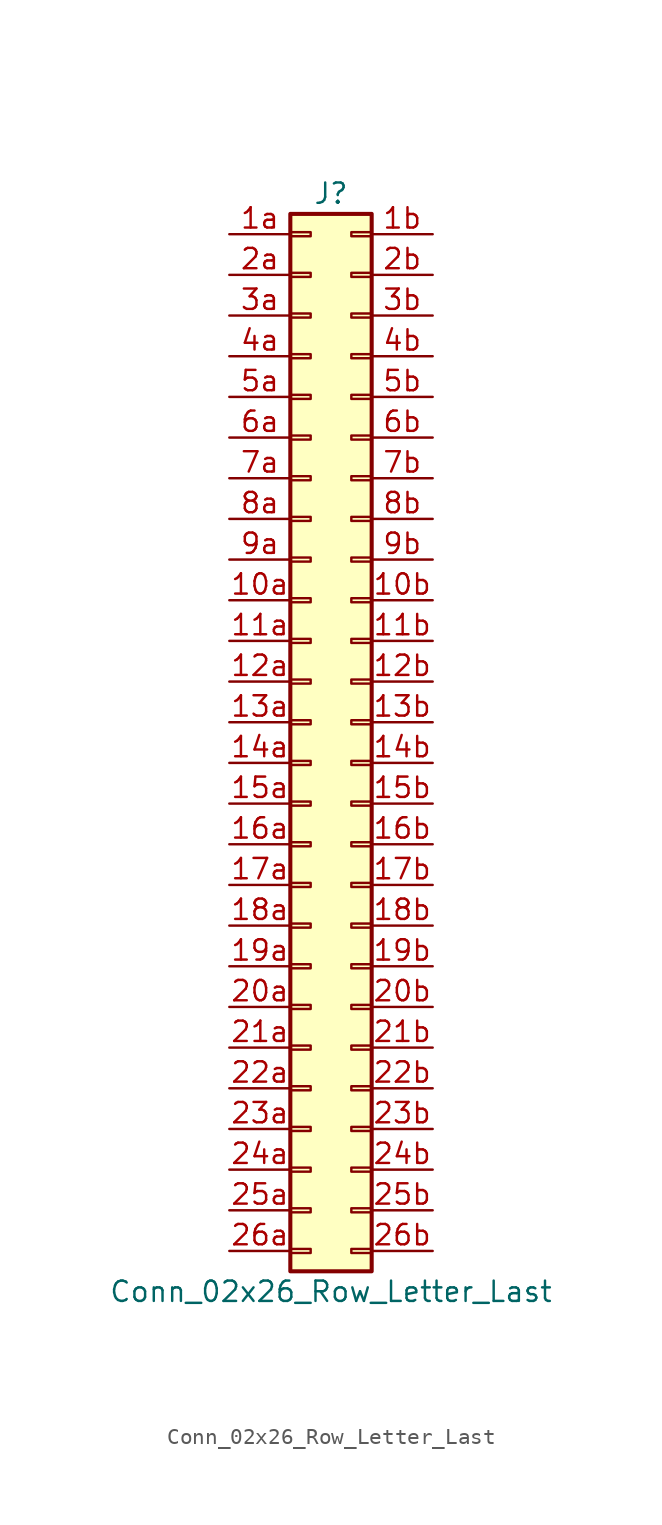
<source format=kicad_sym>
(kicad_symbol_lib
  (version 20201005)
  (generator kicad_symbol_editor)
  (symbol "Connector_Generic:Conn_02x26_Row_Letter_Last"
    (pin_names
      (offset 1.016) hide)
    (property "Reference" "J"
      (at 1.27 33.02 0)
      (effects (font (size 1.27 1.27))))
    (property "Value" "Conn_02x26_Row_Letter_Last"
      (at 1.27 -35.56 0)
      (effects (font (size 1.27 1.27))))
    (symbol "Conn_02x26_Row_Letter_Last_1_1"
      (rectangle (start -1.27 -27.813) (end 0 -28.067) (stroke (width 0.152)) (fill (type none)))
      (rectangle (start -1.27 -30.353) (end 0 -30.607) (stroke (width 0.152)) (fill (type none)))
      (rectangle (start -1.27 -32.893) (end 0 -33.147) (stroke (width 0.152)) (fill (type none)))
      (rectangle (start -1.27 -4.953) (end 0 -5.207) (stroke (width 0.152)) (fill (type none)))
      (rectangle (start -1.27 -7.493) (end 0 -7.747) (stroke (width 0.152)) (fill (type none)))
      (rectangle (start -1.27 -10.033) (end 0 -10.287) (stroke (width 0.152)) (fill (type none)))
      (rectangle (start -1.27 -12.573) (end 0 -12.827) (stroke (width 0.152)) (fill (type none)))
      (rectangle (start -1.27 -15.113) (end 0 -15.367) (stroke (width 0.152)) (fill (type none)))
      (rectangle (start -1.27 -17.653) (end 0 -17.907) (stroke (width 0.152)) (fill (type none)))
      (rectangle (start -1.27 -20.193) (end 0 -20.447) (stroke (width 0.152)) (fill (type none)))
      (rectangle (start -1.27 -22.733) (end 0 -22.987) (stroke (width 0.152)) (fill (type none)))
      (rectangle (start -1.27 -2.413) (end 0 -2.667) (stroke (width 0.152)) (fill (type none)))
      (rectangle (start -1.27 -25.273) (end 0 -25.527) (stroke (width 0.152)) (fill (type none)))
      (rectangle (start -1.27 25.527) (end 0 25.273) (stroke (width 0.152)) (fill (type none)))
      (rectangle (start -1.27 2.667) (end 0 2.413) (stroke (width 0.152)) (fill (type none)))
      (rectangle (start -1.27 28.067) (end 0 27.813) (stroke (width 0.152)) (fill (type none)))
      (rectangle (start -1.27 30.607) (end 0 30.353) (stroke (width 0.152)) (fill (type none)))
      (rectangle (start -1.27 31.75) (end 3.81 -34.29) (stroke (width 0.254)) (fill (type background)))
      (rectangle (start -1.27 5.207) (end 0 4.953) (stroke (width 0.152)) (fill (type none)))
      (rectangle (start -1.27 7.747) (end 0 7.493) (stroke (width 0.152)) (fill (type none)))
      (rectangle (start -1.27 10.287) (end 0 10.033) (stroke (width 0.152)) (fill (type none)))
      (rectangle (start -1.27 0.127) (end 0 -0.127) (stroke (width 0.152)) (fill (type none)))
      (rectangle (start -1.27 12.827) (end 0 12.573) (stroke (width 0.152)) (fill (type none)))
      (rectangle (start -1.27 15.367) (end 0 15.113) (stroke (width 0.152)) (fill (type none)))
      (rectangle (start -1.27 17.907) (end 0 17.653) (stroke (width 0.152)) (fill (type none)))
      (rectangle (start -1.27 20.447) (end 0 20.193) (stroke (width 0.152)) (fill (type none)))
      (rectangle (start -1.27 22.987) (end 0 22.733) (stroke (width 0.152)) (fill (type none)))
      (rectangle (start 3.81 -27.813) (end 2.54 -28.067) (stroke (width 0.152)) (fill (type none)))
      (rectangle (start 3.81 -30.353) (end 2.54 -30.607) (stroke (width 0.152)) (fill (type none)))
      (rectangle (start 3.81 -32.893) (end 2.54 -33.147) (stroke (width 0.152)) (fill (type none)))
      (rectangle (start 3.81 -4.953) (end 2.54 -5.207) (stroke (width 0.152)) (fill (type none)))
      (rectangle (start 3.81 -7.493) (end 2.54 -7.747) (stroke (width 0.152)) (fill (type none)))
      (rectangle (start 3.81 -10.033) (end 2.54 -10.287) (stroke (width 0.152)) (fill (type none)))
      (rectangle (start 3.81 -12.573) (end 2.54 -12.827) (stroke (width 0.152)) (fill (type none)))
      (rectangle (start 3.81 -15.113) (end 2.54 -15.367) (stroke (width 0.152)) (fill (type none)))
      (rectangle (start 3.81 -17.653) (end 2.54 -17.907) (stroke (width 0.152)) (fill (type none)))
      (rectangle (start 3.81 -20.193) (end 2.54 -20.447) (stroke (width 0.152)) (fill (type none)))
      (rectangle (start 3.81 -22.733) (end 2.54 -22.987) (stroke (width 0.152)) (fill (type none)))
      (rectangle (start 3.81 -2.413) (end 2.54 -2.667) (stroke (width 0.152)) (fill (type none)))
      (rectangle (start 3.81 -25.273) (end 2.54 -25.527) (stroke (width 0.152)) (fill (type none)))
      (rectangle (start 3.81 25.527) (end 2.54 25.273) (stroke (width 0.152)) (fill (type none)))
      (rectangle (start 3.81 2.667) (end 2.54 2.413) (stroke (width 0.152)) (fill (type none)))
      (rectangle (start 3.81 28.067) (end 2.54 27.813) (stroke (width 0.152)) (fill (type none)))
      (rectangle (start 3.81 30.607) (end 2.54 30.353) (stroke (width 0.152)) (fill (type none)))
      (rectangle (start 3.81 5.207) (end 2.54 4.953) (stroke (width 0.152)) (fill (type none)))
      (rectangle (start 3.81 7.747) (end 2.54 7.493) (stroke (width 0.152)) (fill (type none)))
      (rectangle (start 3.81 10.287) (end 2.54 10.033) (stroke (width 0.152)) (fill (type none)))
      (rectangle (start 3.81 0.127) (end 2.54 -0.127) (stroke (width 0.152)) (fill (type none)))
      (rectangle (start 3.81 12.827) (end 2.54 12.573) (stroke (width 0.152)) (fill (type none)))
      (rectangle (start 3.81 15.367) (end 2.54 15.113) (stroke (width 0.152)) (fill (type none)))
      (rectangle (start 3.81 17.907) (end 2.54 17.653) (stroke (width 0.152)) (fill (type none)))
      (rectangle (start 3.81 20.447) (end 2.54 20.193) (stroke (width 0.152)) (fill (type none)))
      (rectangle (start 3.81 22.987) (end 2.54 22.733) (stroke (width 0.152)) (fill (type none)))
      (pin passive line (at -5.08 7.62 0) (length 3.81) (name "Pin_10a" (effects (font (size 1.27 1.27)))) (number "10a" (effects (font (size 1.27 1.27)))))
      (pin passive line (at 7.62 7.62 180) (length 3.81) (name "Pin_10b" (effects (font (size 1.27 1.27)))) (number "10b" (effects (font (size 1.27 1.27)))))
      (pin passive line (at -5.08 5.08 0) (length 3.81) (name "Pin_11a" (effects (font (size 1.27 1.27)))) (number "11a" (effects (font (size 1.27 1.27)))))
      (pin passive line (at 7.62 5.08 180) (length 3.81) (name "Pin_11b" (effects (font (size 1.27 1.27)))) (number "11b" (effects (font (size 1.27 1.27)))))
      (pin passive line (at -5.08 2.54 0) (length 3.81) (name "Pin_12a" (effects (font (size 1.27 1.27)))) (number "12a" (effects (font (size 1.27 1.27)))))
      (pin passive line (at 7.62 2.54 180) (length 3.81) (name "Pin_12b" (effects (font (size 1.27 1.27)))) (number "12b" (effects (font (size 1.27 1.27)))))
      (pin passive line (at -5.08 0 0) (length 3.81) (name "Pin_13a" (effects (font (size 1.27 1.27)))) (number "13a" (effects (font (size 1.27 1.27)))))
      (pin passive line (at 7.62 0 180) (length 3.81) (name "Pin_13b" (effects (font (size 1.27 1.27)))) (number "13b" (effects (font (size 1.27 1.27)))))
      (pin passive line (at -5.08 -2.54 0) (length 3.81) (name "Pin_14a" (effects (font (size 1.27 1.27)))) (number "14a" (effects (font (size 1.27 1.27)))))
      (pin passive line (at 7.62 -2.54 180) (length 3.81) (name "Pin_14b" (effects (font (size 1.27 1.27)))) (number "14b" (effects (font (size 1.27 1.27)))))
      (pin passive line (at -5.08 -5.08 0) (length 3.81) (name "Pin_15a" (effects (font (size 1.27 1.27)))) (number "15a" (effects (font (size 1.27 1.27)))))
      (pin passive line (at 7.62 -5.08 180) (length 3.81) (name "Pin_15b" (effects (font (size 1.27 1.27)))) (number "15b" (effects (font (size 1.27 1.27)))))
      (pin passive line (at -5.08 -7.62 0) (length 3.81) (name "Pin_16a" (effects (font (size 1.27 1.27)))) (number "16a" (effects (font (size 1.27 1.27)))))
      (pin passive line (at 7.62 -7.62 180) (length 3.81) (name "Pin_16b" (effects (font (size 1.27 1.27)))) (number "16b" (effects (font (size 1.27 1.27)))))
      (pin passive line (at -5.08 -10.16 0) (length 3.81) (name "Pin_17a" (effects (font (size 1.27 1.27)))) (number "17a" (effects (font (size 1.27 1.27)))))
      (pin passive line (at 7.62 -10.16 180) (length 3.81) (name "Pin_17b" (effects (font (size 1.27 1.27)))) (number "17b" (effects (font (size 1.27 1.27)))))
      (pin passive line (at -5.08 -12.7 0) (length 3.81) (name "Pin_18a" (effects (font (size 1.27 1.27)))) (number "18a" (effects (font (size 1.27 1.27)))))
      (pin passive line (at 7.62 -12.7 180) (length 3.81) (name "Pin_18b" (effects (font (size 1.27 1.27)))) (number "18b" (effects (font (size 1.27 1.27)))))
      (pin passive line (at -5.08 -15.24 0) (length 3.81) (name "Pin_19a" (effects (font (size 1.27 1.27)))) (number "19a" (effects (font (size 1.27 1.27)))))
      (pin passive line (at 7.62 -15.24 180) (length 3.81) (name "Pin_19b" (effects (font (size 1.27 1.27)))) (number "19b" (effects (font (size 1.27 1.27)))))
      (pin passive line (at -5.08 30.48 0) (length 3.81) (name "Pin_1a" (effects (font (size 1.27 1.27)))) (number "1a" (effects (font (size 1.27 1.27)))))
      (pin passive line (at 7.62 30.48 180) (length 3.81) (name "Pin_1b" (effects (font (size 1.27 1.27)))) (number "1b" (effects (font (size 1.27 1.27)))))
      (pin passive line (at -5.08 -17.78 0) (length 3.81) (name "Pin_20a" (effects (font (size 1.27 1.27)))) (number "20a" (effects (font (size 1.27 1.27)))))
      (pin passive line (at 7.62 -17.78 180) (length 3.81) (name "Pin_20b" (effects (font (size 1.27 1.27)))) (number "20b" (effects (font (size 1.27 1.27)))))
      (pin passive line (at -5.08 -20.32 0) (length 3.81) (name "Pin_21a" (effects (font (size 1.27 1.27)))) (number "21a" (effects (font (size 1.27 1.27)))))
      (pin passive line (at 7.62 -20.32 180) (length 3.81) (name "Pin_21b" (effects (font (size 1.27 1.27)))) (number "21b" (effects (font (size 1.27 1.27)))))
      (pin passive line (at -5.08 -22.86 0) (length 3.81) (name "Pin_22a" (effects (font (size 1.27 1.27)))) (number "22a" (effects (font (size 1.27 1.27)))))
      (pin passive line (at 7.62 -22.86 180) (length 3.81) (name "Pin_22b" (effects (font (size 1.27 1.27)))) (number "22b" (effects (font (size 1.27 1.27)))))
      (pin passive line (at -5.08 -25.4 0) (length 3.81) (name "Pin_23a" (effects (font (size 1.27 1.27)))) (number "23a" (effects (font (size 1.27 1.27)))))
      (pin passive line (at 7.62 -25.4 180) (length 3.81) (name "Pin_23b" (effects (font (size 1.27 1.27)))) (number "23b" (effects (font (size 1.27 1.27)))))
      (pin passive line (at -5.08 -27.94 0) (length 3.81) (name "Pin_24a" (effects (font (size 1.27 1.27)))) (number "24a" (effects (font (size 1.27 1.27)))))
      (pin passive line (at 7.62 -27.94 180) (length 3.81) (name "Pin_24b" (effects (font (size 1.27 1.27)))) (number "24b" (effects (font (size 1.27 1.27)))))
      (pin passive line (at -5.08 -30.48 0) (length 3.81) (name "Pin_25a" (effects (font (size 1.27 1.27)))) (number "25a" (effects (font (size 1.27 1.27)))))
      (pin passive line (at 7.62 -30.48 180) (length 3.81) (name "Pin_25b" (effects (font (size 1.27 1.27)))) (number "25b" (effects (font (size 1.27 1.27)))))
      (pin passive line (at -5.08 -33.02 0) (length 3.81) (name "Pin_26a" (effects (font (size 1.27 1.27)))) (number "26a" (effects (font (size 1.27 1.27)))))
      (pin passive line (at 7.62 -33.02 180) (length 3.81) (name "Pin_26b" (effects (font (size 1.27 1.27)))) (number "26b" (effects (font (size 1.27 1.27)))))
      (pin passive line (at -5.08 27.94 0) (length 3.81) (name "Pin_2a" (effects (font (size 1.27 1.27)))) (number "2a" (effects (font (size 1.27 1.27)))))
      (pin passive line (at 7.62 27.94 180) (length 3.81) (name "Pin_2b" (effects (font (size 1.27 1.27)))) (number "2b" (effects (font (size 1.27 1.27)))))
      (pin passive line (at -5.08 25.4 0) (length 3.81) (name "Pin_3a" (effects (font (size 1.27 1.27)))) (number "3a" (effects (font (size 1.27 1.27)))))
      (pin passive line (at 7.62 25.4 180) (length 3.81) (name "Pin_3b" (effects (font (size 1.27 1.27)))) (number "3b" (effects (font (size 1.27 1.27)))))
      (pin passive line (at -5.08 22.86 0) (length 3.81) (name "Pin_4a" (effects (font (size 1.27 1.27)))) (number "4a" (effects (font (size 1.27 1.27)))))
      (pin passive line (at 7.62 22.86 180) (length 3.81) (name "Pin_4b" (effects (font (size 1.27 1.27)))) (number "4b" (effects (font (size 1.27 1.27)))))
      (pin passive line (at -5.08 20.32 0) (length 3.81) (name "Pin_5a" (effects (font (size 1.27 1.27)))) (number "5a" (effects (font (size 1.27 1.27)))))
      (pin passive line (at 7.62 20.32 180) (length 3.81) (name "Pin_5b" (effects (font (size 1.27 1.27)))) (number "5b" (effects (font (size 1.27 1.27)))))
      (pin passive line (at -5.08 17.78 0) (length 3.81) (name "Pin_6a" (effects (font (size 1.27 1.27)))) (number "6a" (effects (font (size 1.27 1.27)))))
      (pin passive line (at 7.62 17.78 180) (length 3.81) (name "Pin_6b" (effects (font (size 1.27 1.27)))) (number "6b" (effects (font (size 1.27 1.27)))))
      (pin passive line (at -5.08 15.24 0) (length 3.81) (name "Pin_7a" (effects (font (size 1.27 1.27)))) (number "7a" (effects (font (size 1.27 1.27)))))
      (pin passive line (at 7.62 15.24 180) (length 3.81) (name "Pin_7b" (effects (font (size 1.27 1.27)))) (number "7b" (effects (font (size 1.27 1.27)))))
      (pin passive line (at -5.08 12.7 0) (length 3.81) (name "Pin_8a" (effects (font (size 1.27 1.27)))) (number "8a" (effects (font (size 1.27 1.27)))))
      (pin passive line (at 7.62 12.7 180) (length 3.81) (name "Pin_8b" (effects (font (size 1.27 1.27)))) (number "8b" (effects (font (size 1.27 1.27)))))
      (pin passive line (at -5.08 10.16 0) (length 3.81) (name "Pin_9a" (effects (font (size 1.27 1.27)))) (number "9a" (effects (font (size 1.27 1.27)))))
      (pin passive line (at 7.62 10.16 180) (length 3.81) (name "Pin_9b" (effects (font (size 1.27 1.27)))) (number "9b" (effects (font (size 1.27 1.27))))))))
</source>
